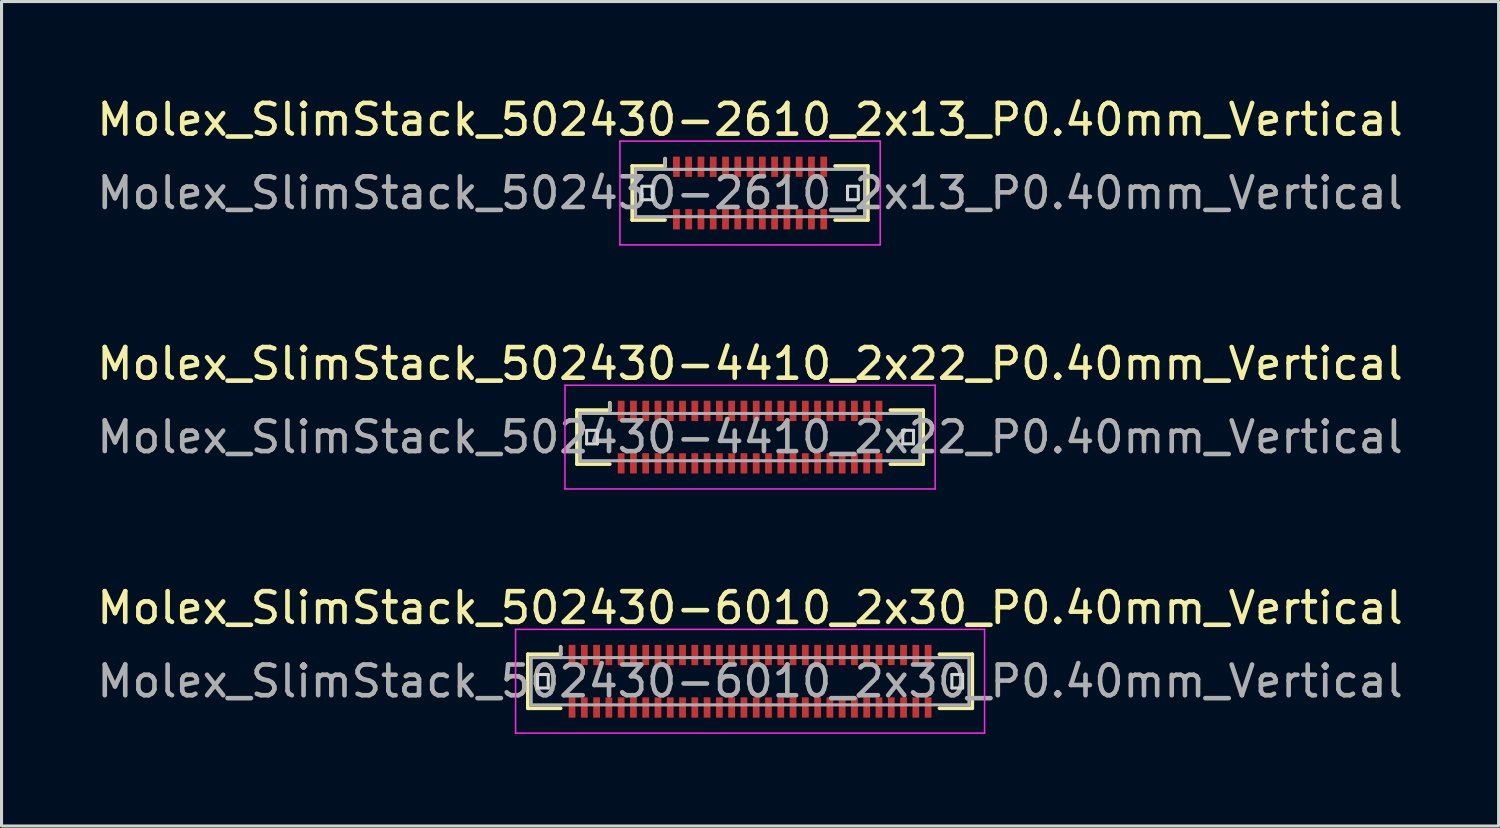
<source format=kicad_pcb>
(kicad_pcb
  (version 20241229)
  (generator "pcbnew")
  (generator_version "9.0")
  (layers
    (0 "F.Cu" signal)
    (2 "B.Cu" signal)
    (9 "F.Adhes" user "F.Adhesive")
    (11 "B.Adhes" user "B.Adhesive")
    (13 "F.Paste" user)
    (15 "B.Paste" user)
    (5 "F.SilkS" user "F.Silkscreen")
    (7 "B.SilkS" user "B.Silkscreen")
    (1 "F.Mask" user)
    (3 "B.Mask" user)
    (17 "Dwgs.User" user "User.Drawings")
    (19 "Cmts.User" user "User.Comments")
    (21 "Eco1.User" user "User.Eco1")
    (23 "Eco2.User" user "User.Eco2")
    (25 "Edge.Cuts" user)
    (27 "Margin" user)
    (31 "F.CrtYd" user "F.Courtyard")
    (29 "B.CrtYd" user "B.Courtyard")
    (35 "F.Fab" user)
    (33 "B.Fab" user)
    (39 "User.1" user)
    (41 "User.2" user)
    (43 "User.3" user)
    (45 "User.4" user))
  (footprint "Molex_SlimStack_502430-6010_2x30_P0.40mm_Vertical"
    (layer "F.Cu")
    (at 21.387 19.145)
    (property "Reference" "Molex_SlimStack_502430-6010_2x30_P0.40mm_Vertical" (at 0 -2.39 0) (layer "F.SilkS") (effects (font (size 1 1) (thickness 0.15))))
    (attr smd)
    (fp_line (start -7.24 -0.88) (end -6.17 -0.88) (stroke (width 0.12) (type solid)) (layer "F.SilkS"))
    (fp_line (start -7.24 0.88) (end -7.24 -0.88) (stroke (width 0.12) (type solid)) (layer "F.SilkS"))
    (fp_line (start -6.17 -0.88) (end -6.17 -1.12) (stroke (width 0.12) (type solid)) (layer "F.SilkS"))
    (fp_line (start -6.17 0.88) (end -7.24 0.88) (stroke (width 0.12) (type solid)) (layer "F.SilkS"))
    (fp_line (start 6.17 0.88) (end 7.24 0.88) (stroke (width 0.12) (type solid)) (layer "F.SilkS"))
    (fp_line (start 7.24 -0.88) (end 6.17 -0.88) (stroke (width 0.12) (type solid)) (layer "F.SilkS"))
    (fp_line (start 7.24 0.88) (end 7.24 -0.88) (stroke (width 0.12) (type solid)) (layer "F.SilkS"))
    (fp_line (start -6.925 -0.22) (end -6.925 0.22) (stroke (width 0.1) (type solid)) (layer "Edge.Cuts"))
    (fp_line (start -6.925 0.22) (end -6.575 0.22) (stroke (width 0.1) (type solid)) (layer "Edge.Cuts"))
    (fp_line (start -6.575 -0.22) (end -6.925 -0.22) (stroke (width 0.1) (type solid)) (layer "Edge.Cuts"))
    (fp_line (start -6.575 0.22) (end -6.575 -0.22) (stroke (width 0.1) (type solid)) (layer "Edge.Cuts"))
    (fp_line (start 6.575 -0.22) (end 6.575 0.22) (stroke (width 0.1) (type solid)) (layer "Edge.Cuts"))
    (fp_line (start 6.575 0.22) (end 6.925 0.22) (stroke (width 0.1) (type solid)) (layer "Edge.Cuts"))
    (fp_line (start 6.925 -0.22) (end 6.575 -0.22) (stroke (width 0.1) (type solid)) (layer "Edge.Cuts"))
    (fp_line (start 6.925 0.22) (end 6.925 -0.22) (stroke (width 0.1) (type solid)) (layer "Edge.Cuts"))
    (fp_line (start -7.64 -1.69) (end -7.64 1.69) (stroke (width 0.05) (type solid)) (layer "F.CrtYd"))
    (fp_line (start -7.64 1.69) (end 7.64 1.69) (stroke (width 0.05) (type solid)) (layer "F.CrtYd"))
    (fp_line (start 7.64 -1.69) (end -7.64 -1.69) (stroke (width 0.05) (type solid)) (layer "F.CrtYd"))
    (fp_line (start 7.64 1.69) (end 7.64 -1.69) (stroke (width 0.05) (type solid)) (layer "F.CrtYd"))
    (fp_line (start -7.13 -0.77) (end -7.13 0.77) (stroke (width 0.1) (type solid)) (layer "F.Fab"))
    (fp_line (start -7.13 0.77) (end 7.13 0.77) (stroke (width 0.1) (type solid)) (layer "F.Fab"))
    (fp_line (start -6.17 -0.77) (end -6.17 -1.12) (stroke (width 0.1) (type solid)) (layer "F.Fab"))
    (fp_line (start 7.13 -0.77) (end -7.13 -0.77) (stroke (width 0.1) (type solid)) (layer "F.Fab"))
    (fp_line (start 7.13 0.77) (end 7.13 -0.77) (stroke (width 0.1) (type solid)) (layer "F.Fab"))
    (fp_text user "${REFERENCE}" (at 0 0 0) (layer "F.Fab") (effects (font (size 1 1) (thickness 0.15))))
    (pad "1" smd rect (at -5.8 -0.855) (size 0.22 0.66) (layers "F.Cu" "F.Mask" "F.Paste"))
    (pad "2" smd rect (at -5.8 0.855) (size 0.22 0.66) (layers "F.Cu" "F.Mask" "F.Paste"))
    (pad "3" smd rect (at -5.4 -0.855) (size 0.22 0.66) (layers "F.Cu" "F.Mask" "F.Paste"))
    (pad "4" smd rect (at -5.4 0.855) (size 0.22 0.66) (layers "F.Cu" "F.Mask" "F.Paste"))
    (pad "5" smd rect (at -5 -0.855) (size 0.22 0.66) (layers "F.Cu" "F.Mask" "F.Paste"))
    (pad "6" smd rect (at -5 0.855) (size 0.22 0.66) (layers "F.Cu" "F.Mask" "F.Paste"))
    (pad "7" smd rect (at -4.6 -0.855) (size 0.22 0.66) (layers "F.Cu" "F.Mask" "F.Paste"))
    (pad "8" smd rect (at -4.6 0.855) (size 0.22 0.66) (layers "F.Cu" "F.Mask" "F.Paste"))
    (pad "9" smd rect (at -4.2 -0.855) (size 0.22 0.66) (layers "F.Cu" "F.Mask" "F.Paste"))
    (pad "10" smd rect (at -4.2 0.855) (size 0.22 0.66) (layers "F.Cu" "F.Mask" "F.Paste"))
    (pad "11" smd rect (at -3.8 -0.855) (size 0.22 0.66) (layers "F.Cu" "F.Mask" "F.Paste"))
    (pad "12" smd rect (at -3.8 0.855) (size 0.22 0.66) (layers "F.Cu" "F.Mask" "F.Paste"))
    (pad "13" smd rect (at -3.4 -0.855) (size 0.22 0.66) (layers "F.Cu" "F.Mask" "F.Paste"))
    (pad "14" smd rect (at -3.4 0.855) (size 0.22 0.66) (layers "F.Cu" "F.Mask" "F.Paste"))
    (pad "15" smd rect (at -3 -0.855) (size 0.22 0.66) (layers "F.Cu" "F.Mask" "F.Paste"))
    (pad "16" smd rect (at -3 0.855) (size 0.22 0.66) (layers "F.Cu" "F.Mask" "F.Paste"))
    (pad "17" smd rect (at -2.6 -0.855) (size 0.22 0.66) (layers "F.Cu" "F.Mask" "F.Paste"))
    (pad "18" smd rect (at -2.6 0.855) (size 0.22 0.66) (layers "F.Cu" "F.Mask" "F.Paste"))
    (pad "19" smd rect (at -2.2 -0.855) (size 0.22 0.66) (layers "F.Cu" "F.Mask" "F.Paste"))
    (pad "20" smd rect (at -2.2 0.855) (size 0.22 0.66) (layers "F.Cu" "F.Mask" "F.Paste"))
    (pad "21" smd rect (at -1.8 -0.855) (size 0.22 0.66) (layers "F.Cu" "F.Mask" "F.Paste"))
    (pad "22" smd rect (at -1.8 0.855) (size 0.22 0.66) (layers "F.Cu" "F.Mask" "F.Paste"))
    (pad "23" smd rect (at -1.4 -0.855) (size 0.22 0.66) (layers "F.Cu" "F.Mask" "F.Paste"))
    (pad "24" smd rect (at -1.4 0.855) (size 0.22 0.66) (layers "F.Cu" "F.Mask" "F.Paste"))
    (pad "25" smd rect (at -1 -0.855) (size 0.22 0.66) (layers "F.Cu" "F.Mask" "F.Paste"))
    (pad "26" smd rect (at -1 0.855) (size 0.22 0.66) (layers "F.Cu" "F.Mask" "F.Paste"))
    (pad "27" smd rect (at -0.6 -0.855) (size 0.22 0.66) (layers "F.Cu" "F.Mask" "F.Paste"))
    (pad "28" smd rect (at -0.6 0.855) (size 0.22 0.66) (layers "F.Cu" "F.Mask" "F.Paste"))
    (pad "29" smd rect (at -0.2 -0.855) (size 0.22 0.66) (layers "F.Cu" "F.Mask" "F.Paste"))
    (pad "30" smd rect (at -0.2 0.855) (size 0.22 0.66) (layers "F.Cu" "F.Mask" "F.Paste"))
    (pad "31" smd rect (at 0.2 -0.855) (size 0.22 0.66) (layers "F.Cu" "F.Mask" "F.Paste"))
    (pad "32" smd rect (at 0.2 0.855) (size 0.22 0.66) (layers "F.Cu" "F.Mask" "F.Paste"))
    (pad "33" smd rect (at 0.6 -0.855) (size 0.22 0.66) (layers "F.Cu" "F.Mask" "F.Paste"))
    (pad "34" smd rect (at 0.6 0.855) (size 0.22 0.66) (layers "F.Cu" "F.Mask" "F.Paste"))
    (pad "35" smd rect (at 1 -0.855) (size 0.22 0.66) (layers "F.Cu" "F.Mask" "F.Paste"))
    (pad "36" smd rect (at 1 0.855) (size 0.22 0.66) (layers "F.Cu" "F.Mask" "F.Paste"))
    (pad "37" smd rect (at 1.4 -0.855) (size 0.22 0.66) (layers "F.Cu" "F.Mask" "F.Paste"))
    (pad "38" smd rect (at 1.4 0.855) (size 0.22 0.66) (layers "F.Cu" "F.Mask" "F.Paste"))
    (pad "39" smd rect (at 1.8 -0.855) (size 0.22 0.66) (layers "F.Cu" "F.Mask" "F.Paste"))
    (pad "40" smd rect (at 1.8 0.855) (size 0.22 0.66) (layers "F.Cu" "F.Mask" "F.Paste"))
    (pad "41" smd rect (at 2.2 -0.855) (size 0.22 0.66) (layers "F.Cu" "F.Mask" "F.Paste"))
    (pad "42" smd rect (at 2.2 0.855) (size 0.22 0.66) (layers "F.Cu" "F.Mask" "F.Paste"))
    (pad "43" smd rect (at 2.6 -0.855) (size 0.22 0.66) (layers "F.Cu" "F.Mask" "F.Paste"))
    (pad "44" smd rect (at 2.6 0.855) (size 0.22 0.66) (layers "F.Cu" "F.Mask" "F.Paste"))
    (pad "45" smd rect (at 3 -0.855) (size 0.22 0.66) (layers "F.Cu" "F.Mask" "F.Paste"))
    (pad "46" smd rect (at 3 0.855) (size 0.22 0.66) (layers "F.Cu" "F.Mask" "F.Paste"))
    (pad "47" smd rect (at 3.4 -0.855) (size 0.22 0.66) (layers "F.Cu" "F.Mask" "F.Paste"))
    (pad "48" smd rect (at 3.4 0.855) (size 0.22 0.66) (layers "F.Cu" "F.Mask" "F.Paste"))
    (pad "49" smd rect (at 3.8 -0.855) (size 0.22 0.66) (layers "F.Cu" "F.Mask" "F.Paste"))
    (pad "50" smd rect (at 3.8 0.855) (size 0.22 0.66) (layers "F.Cu" "F.Mask" "F.Paste"))
    (pad "51" smd rect (at 4.2 -0.855) (size 0.22 0.66) (layers "F.Cu" "F.Mask" "F.Paste"))
    (pad "52" smd rect (at 4.2 0.855) (size 0.22 0.66) (layers "F.Cu" "F.Mask" "F.Paste"))
    (pad "53" smd rect (at 4.6 -0.855) (size 0.22 0.66) (layers "F.Cu" "F.Mask" "F.Paste"))
    (pad "54" smd rect (at 4.6 0.855) (size 0.22 0.66) (layers "F.Cu" "F.Mask" "F.Paste"))
    (pad "55" smd rect (at 5 -0.855) (size 0.22 0.66) (layers "F.Cu" "F.Mask" "F.Paste"))
    (pad "56" smd rect (at 5 0.855) (size 0.22 0.66) (layers "F.Cu" "F.Mask" "F.Paste"))
    (pad "57" smd rect (at 5.4 -0.855) (size 0.22 0.66) (layers "F.Cu" "F.Mask" "F.Paste"))
    (pad "58" smd rect (at 5.4 0.855) (size 0.22 0.66) (layers "F.Cu" "F.Mask" "F.Paste"))
    (pad "59" smd rect (at 5.8 -0.855) (size 0.22 0.66) (layers "F.Cu" "F.Mask" "F.Paste"))
    (pad "60" smd rect (at 5.8 0.855) (size 0.22 0.66) (layers "F.Cu" "F.Mask" "F.Paste")))
  (footprint "Molex_SlimStack_502430-4410_2x22_P0.40mm_Vertical"
    (layer "F.Cu")
    (at 21.387 11.191)
    (property "Reference" "Molex_SlimStack_502430-4410_2x22_P0.40mm_Vertical" (at 0 -2.39 0) (layer "F.SilkS") (effects (font (size 1 1) (thickness 0.15))))
    (attr smd)
    (fp_line (start -5.64 -0.88) (end -4.57 -0.88) (stroke (width 0.12) (type solid)) (layer "F.SilkS"))
    (fp_line (start -5.64 0.88) (end -5.64 -0.88) (stroke (width 0.12) (type solid)) (layer "F.SilkS"))
    (fp_line (start -4.57 -0.88) (end -4.57 -1.12) (stroke (width 0.12) (type solid)) (layer "F.SilkS"))
    (fp_line (start -4.57 0.88) (end -5.64 0.88) (stroke (width 0.12) (type solid)) (layer "F.SilkS"))
    (fp_line (start 4.57 0.88) (end 5.64 0.88) (stroke (width 0.12) (type solid)) (layer "F.SilkS"))
    (fp_line (start 5.64 -0.88) (end 4.57 -0.88) (stroke (width 0.12) (type solid)) (layer "F.SilkS"))
    (fp_line (start 5.64 0.88) (end 5.64 -0.88) (stroke (width 0.12) (type solid)) (layer "F.SilkS"))
    (fp_line (start -5.325 -0.22) (end -5.325 0.22) (stroke (width 0.1) (type solid)) (layer "Edge.Cuts"))
    (fp_line (start -5.325 0.22) (end -4.975 0.22) (stroke (width 0.1) (type solid)) (layer "Edge.Cuts"))
    (fp_line (start -4.975 -0.22) (end -5.325 -0.22) (stroke (width 0.1) (type solid)) (layer "Edge.Cuts"))
    (fp_line (start -4.975 0.22) (end -4.975 -0.22) (stroke (width 0.1) (type solid)) (layer "Edge.Cuts"))
    (fp_line (start 4.975 -0.22) (end 4.975 0.22) (stroke (width 0.1) (type solid)) (layer "Edge.Cuts"))
    (fp_line (start 4.975 0.22) (end 5.325 0.22) (stroke (width 0.1) (type solid)) (layer "Edge.Cuts"))
    (fp_line (start 5.325 -0.22) (end 4.975 -0.22) (stroke (width 0.1) (type solid)) (layer "Edge.Cuts"))
    (fp_line (start 5.325 0.22) (end 5.325 -0.22) (stroke (width 0.1) (type solid)) (layer "Edge.Cuts"))
    (fp_line (start -6.03 -1.69) (end -6.03 1.69) (stroke (width 0.05) (type solid)) (layer "F.CrtYd"))
    (fp_line (start -6.03 1.69) (end 6.03 1.69) (stroke (width 0.05) (type solid)) (layer "F.CrtYd"))
    (fp_line (start 6.03 -1.69) (end -6.03 -1.69) (stroke (width 0.05) (type solid)) (layer "F.CrtYd"))
    (fp_line (start 6.03 1.69) (end 6.03 -1.69) (stroke (width 0.05) (type solid)) (layer "F.CrtYd"))
    (fp_line (start -5.53 -0.77) (end -5.53 0.77) (stroke (width 0.1) (type solid)) (layer "F.Fab"))
    (fp_line (start -5.53 0.77) (end 5.53 0.77) (stroke (width 0.1) (type solid)) (layer "F.Fab"))
    (fp_line (start -4.57 -0.77) (end -4.57 -1.12) (stroke (width 0.1) (type solid)) (layer "F.Fab"))
    (fp_line (start 5.53 -0.77) (end -5.53 -0.77) (stroke (width 0.1) (type solid)) (layer "F.Fab"))
    (fp_line (start 5.53 0.77) (end 5.53 -0.77) (stroke (width 0.1) (type solid)) (layer "F.Fab"))
    (fp_text user "${REFERENCE}" (at 0 0 0) (layer "F.Fab") (effects (font (size 1 1) (thickness 0.15))))
    (pad "1" smd rect (at -4.2 -0.855) (size 0.22 0.66) (layers "F.Cu" "F.Mask" "F.Paste"))
    (pad "2" smd rect (at -4.2 0.855) (size 0.22 0.66) (layers "F.Cu" "F.Mask" "F.Paste"))
    (pad "3" smd rect (at -3.8 -0.855) (size 0.22 0.66) (layers "F.Cu" "F.Mask" "F.Paste"))
    (pad "4" smd rect (at -3.8 0.855) (size 0.22 0.66) (layers "F.Cu" "F.Mask" "F.Paste"))
    (pad "5" smd rect (at -3.4 -0.855) (size 0.22 0.66) (layers "F.Cu" "F.Mask" "F.Paste"))
    (pad "6" smd rect (at -3.4 0.855) (size 0.22 0.66) (layers "F.Cu" "F.Mask" "F.Paste"))
    (pad "7" smd rect (at -3 -0.855) (size 0.22 0.66) (layers "F.Cu" "F.Mask" "F.Paste"))
    (pad "8" smd rect (at -3 0.855) (size 0.22 0.66) (layers "F.Cu" "F.Mask" "F.Paste"))
    (pad "9" smd rect (at -2.6 -0.855) (size 0.22 0.66) (layers "F.Cu" "F.Mask" "F.Paste"))
    (pad "10" smd rect (at -2.6 0.855) (size 0.22 0.66) (layers "F.Cu" "F.Mask" "F.Paste"))
    (pad "11" smd rect (at -2.2 -0.855) (size 0.22 0.66) (layers "F.Cu" "F.Mask" "F.Paste"))
    (pad "12" smd rect (at -2.2 0.855) (size 0.22 0.66) (layers "F.Cu" "F.Mask" "F.Paste"))
    (pad "13" smd rect (at -1.8 -0.855) (size 0.22 0.66) (layers "F.Cu" "F.Mask" "F.Paste"))
    (pad "14" smd rect (at -1.8 0.855) (size 0.22 0.66) (layers "F.Cu" "F.Mask" "F.Paste"))
    (pad "15" smd rect (at -1.4 -0.855) (size 0.22 0.66) (layers "F.Cu" "F.Mask" "F.Paste"))
    (pad "16" smd rect (at -1.4 0.855) (size 0.22 0.66) (layers "F.Cu" "F.Mask" "F.Paste"))
    (pad "17" smd rect (at -1 -0.855) (size 0.22 0.66) (layers "F.Cu" "F.Mask" "F.Paste"))
    (pad "18" smd rect (at -1 0.855) (size 0.22 0.66) (layers "F.Cu" "F.Mask" "F.Paste"))
    (pad "19" smd rect (at -0.6 -0.855) (size 0.22 0.66) (layers "F.Cu" "F.Mask" "F.Paste"))
    (pad "20" smd rect (at -0.6 0.855) (size 0.22 0.66) (layers "F.Cu" "F.Mask" "F.Paste"))
    (pad "21" smd rect (at -0.2 -0.855) (size 0.22 0.66) (layers "F.Cu" "F.Mask" "F.Paste"))
    (pad "22" smd rect (at -0.2 0.855) (size 0.22 0.66) (layers "F.Cu" "F.Mask" "F.Paste"))
    (pad "23" smd rect (at 0.2 -0.855) (size 0.22 0.66) (layers "F.Cu" "F.Mask" "F.Paste"))
    (pad "24" smd rect (at 0.2 0.855) (size 0.22 0.66) (layers "F.Cu" "F.Mask" "F.Paste"))
    (pad "25" smd rect (at 0.6 -0.855) (size 0.22 0.66) (layers "F.Cu" "F.Mask" "F.Paste"))
    (pad "26" smd rect (at 0.6 0.855) (size 0.22 0.66) (layers "F.Cu" "F.Mask" "F.Paste"))
    (pad "27" smd rect (at 1 -0.855) (size 0.22 0.66) (layers "F.Cu" "F.Mask" "F.Paste"))
    (pad "28" smd rect (at 1 0.855) (size 0.22 0.66) (layers "F.Cu" "F.Mask" "F.Paste"))
    (pad "29" smd rect (at 1.4 -0.855) (size 0.22 0.66) (layers "F.Cu" "F.Mask" "F.Paste"))
    (pad "30" smd rect (at 1.4 0.855) (size 0.22 0.66) (layers "F.Cu" "F.Mask" "F.Paste"))
    (pad "31" smd rect (at 1.8 -0.855) (size 0.22 0.66) (layers "F.Cu" "F.Mask" "F.Paste"))
    (pad "32" smd rect (at 1.8 0.855) (size 0.22 0.66) (layers "F.Cu" "F.Mask" "F.Paste"))
    (pad "33" smd rect (at 2.2 -0.855) (size 0.22 0.66) (layers "F.Cu" "F.Mask" "F.Paste"))
    (pad "34" smd rect (at 2.2 0.855) (size 0.22 0.66) (layers "F.Cu" "F.Mask" "F.Paste"))
    (pad "35" smd rect (at 2.6 -0.855) (size 0.22 0.66) (layers "F.Cu" "F.Mask" "F.Paste"))
    (pad "36" smd rect (at 2.6 0.855) (size 0.22 0.66) (layers "F.Cu" "F.Mask" "F.Paste"))
    (pad "37" smd rect (at 3 -0.855) (size 0.22 0.66) (layers "F.Cu" "F.Mask" "F.Paste"))
    (pad "38" smd rect (at 3 0.855) (size 0.22 0.66) (layers "F.Cu" "F.Mask" "F.Paste"))
    (pad "39" smd rect (at 3.4 -0.855) (size 0.22 0.66) (layers "F.Cu" "F.Mask" "F.Paste"))
    (pad "40" smd rect (at 3.4 0.855) (size 0.22 0.66) (layers "F.Cu" "F.Mask" "F.Paste"))
    (pad "41" smd rect (at 3.8 -0.855) (size 0.22 0.66) (layers "F.Cu" "F.Mask" "F.Paste"))
    (pad "42" smd rect (at 3.8 0.855) (size 0.22 0.66) (layers "F.Cu" "F.Mask" "F.Paste"))
    (pad "43" smd rect (at 4.2 -0.855) (size 0.22 0.66) (layers "F.Cu" "F.Mask" "F.Paste"))
    (pad "44" smd rect (at 4.2 0.855) (size 0.22 0.66) (layers "F.Cu" "F.Mask" "F.Paste")))
  (footprint "Molex_SlimStack_502430-2610_2x13_P0.40mm_Vertical"
    (layer "F.Cu")
    (at 21.387 3.238)
    (property "Reference" "Molex_SlimStack_502430-2610_2x13_P0.40mm_Vertical" (at 0 -2.39 0) (layer "F.SilkS") (effects (font (size 1 1) (thickness 0.15))))
    (attr smd)
    (fp_line (start -3.84 -0.88) (end -2.77 -0.88) (stroke (width 0.12) (type solid)) (layer "F.SilkS"))
    (fp_line (start -3.84 0.88) (end -3.84 -0.88) (stroke (width 0.12) (type solid)) (layer "F.SilkS"))
    (fp_line (start -2.77 -0.88) (end -2.77 -1.12) (stroke (width 0.12) (type solid)) (layer "F.SilkS"))
    (fp_line (start -2.77 0.88) (end -3.84 0.88) (stroke (width 0.12) (type solid)) (layer "F.SilkS"))
    (fp_line (start 2.77 0.88) (end 3.84 0.88) (stroke (width 0.12) (type solid)) (layer "F.SilkS"))
    (fp_line (start 3.84 -0.88) (end 2.77 -0.88) (stroke (width 0.12) (type solid)) (layer "F.SilkS"))
    (fp_line (start 3.84 0.88) (end 3.84 -0.88) (stroke (width 0.12) (type solid)) (layer "F.SilkS"))
    (fp_line (start -3.525 -0.22) (end -3.525 0.22) (stroke (width 0.1) (type solid)) (layer "Edge.Cuts"))
    (fp_line (start -3.525 0.22) (end -3.175 0.22) (stroke (width 0.1) (type solid)) (layer "Edge.Cuts"))
    (fp_line (start -3.175 -0.22) (end -3.525 -0.22) (stroke (width 0.1) (type solid)) (layer "Edge.Cuts"))
    (fp_line (start -3.175 0.22) (end -3.175 -0.22) (stroke (width 0.1) (type solid)) (layer "Edge.Cuts"))
    (fp_line (start 3.175 -0.22) (end 3.175 0.22) (stroke (width 0.1) (type solid)) (layer "Edge.Cuts"))
    (fp_line (start 3.175 0.22) (end 3.525 0.22) (stroke (width 0.1) (type solid)) (layer "Edge.Cuts"))
    (fp_line (start 3.525 -0.22) (end 3.175 -0.22) (stroke (width 0.1) (type solid)) (layer "Edge.Cuts"))
    (fp_line (start 3.525 0.22) (end 3.525 -0.22) (stroke (width 0.1) (type solid)) (layer "Edge.Cuts"))
    (fp_line (start -4.24 -1.69) (end -4.24 1.69) (stroke (width 0.05) (type solid)) (layer "F.CrtYd"))
    (fp_line (start -4.24 1.69) (end 4.24 1.69) (stroke (width 0.05) (type solid)) (layer "F.CrtYd"))
    (fp_line (start 4.24 -1.69) (end -4.24 -1.69) (stroke (width 0.05) (type solid)) (layer "F.CrtYd"))
    (fp_line (start 4.24 1.69) (end 4.24 -1.69) (stroke (width 0.05) (type solid)) (layer "F.CrtYd"))
    (fp_line (start -3.73 -0.77) (end -3.73 0.77) (stroke (width 0.1) (type solid)) (layer "F.Fab"))
    (fp_line (start -3.73 0.77) (end 3.73 0.77) (stroke (width 0.1) (type solid)) (layer "F.Fab"))
    (fp_line (start -2.77 -0.77) (end -2.77 -1.12) (stroke (width 0.1) (type solid)) (layer "F.Fab"))
    (fp_line (start 3.73 -0.77) (end -3.73 -0.77) (stroke (width 0.1) (type solid)) (layer "F.Fab"))
    (fp_line (start 3.73 0.77) (end 3.73 -0.77) (stroke (width 0.1) (type solid)) (layer "F.Fab"))
    (fp_text user "${REFERENCE}" (at 0 0 0) (layer "F.Fab") (effects (font (size 1 1) (thickness 0.15))))
    (pad "1" smd rect (at -2.4 -0.855) (size 0.22 0.66) (layers "F.Cu" "F.Mask" "F.Paste"))
    (pad "2" smd rect (at -2.4 0.855) (size 0.22 0.66) (layers "F.Cu" "F.Mask" "F.Paste"))
    (pad "3" smd rect (at -2 -0.855) (size 0.22 0.66) (layers "F.Cu" "F.Mask" "F.Paste"))
    (pad "4" smd rect (at -2 0.855) (size 0.22 0.66) (layers "F.Cu" "F.Mask" "F.Paste"))
    (pad "5" smd rect (at -1.6 -0.855) (size 0.22 0.66) (layers "F.Cu" "F.Mask" "F.Paste"))
    (pad "6" smd rect (at -1.6 0.855) (size 0.22 0.66) (layers "F.Cu" "F.Mask" "F.Paste"))
    (pad "7" smd rect (at -1.2 -0.855) (size 0.22 0.66) (layers "F.Cu" "F.Mask" "F.Paste"))
    (pad "8" smd rect (at -1.2 0.855) (size 0.22 0.66) (layers "F.Cu" "F.Mask" "F.Paste"))
    (pad "9" smd rect (at -0.8 -0.855) (size 0.22 0.66) (layers "F.Cu" "F.Mask" "F.Paste"))
    (pad "10" smd rect (at -0.8 0.855) (size 0.22 0.66) (layers "F.Cu" "F.Mask" "F.Paste"))
    (pad "11" smd rect (at -0.4 -0.855) (size 0.22 0.66) (layers "F.Cu" "F.Mask" "F.Paste"))
    (pad "12" smd rect (at -0.4 0.855) (size 0.22 0.66) (layers "F.Cu" "F.Mask" "F.Paste"))
    (pad "13" smd rect (at 0 -0.855) (size 0.22 0.66) (layers "F.Cu" "F.Mask" "F.Paste"))
    (pad "14" smd rect (at 0 0.855) (size 0.22 0.66) (layers "F.Cu" "F.Mask" "F.Paste"))
    (pad "15" smd rect (at 0.4 -0.855) (size 0.22 0.66) (layers "F.Cu" "F.Mask" "F.Paste"))
    (pad "16" smd rect (at 0.4 0.855) (size 0.22 0.66) (layers "F.Cu" "F.Mask" "F.Paste"))
    (pad "17" smd rect (at 0.8 -0.855) (size 0.22 0.66) (layers "F.Cu" "F.Mask" "F.Paste"))
    (pad "18" smd rect (at 0.8 0.855) (size 0.22 0.66) (layers "F.Cu" "F.Mask" "F.Paste"))
    (pad "19" smd rect (at 1.2 -0.855) (size 0.22 0.66) (layers "F.Cu" "F.Mask" "F.Paste"))
    (pad "20" smd rect (at 1.2 0.855) (size 0.22 0.66) (layers "F.Cu" "F.Mask" "F.Paste"))
    (pad "21" smd rect (at 1.6 -0.855) (size 0.22 0.66) (layers "F.Cu" "F.Mask" "F.Paste"))
    (pad "22" smd rect (at 1.6 0.855) (size 0.22 0.66) (layers "F.Cu" "F.Mask" "F.Paste"))
    (pad "23" smd rect (at 2 -0.855) (size 0.22 0.66) (layers "F.Cu" "F.Mask" "F.Paste"))
    (pad "24" smd rect (at 2 0.855) (size 0.22 0.66) (layers "F.Cu" "F.Mask" "F.Paste"))
    (pad "25" smd rect (at 2.4 -0.855) (size 0.22 0.66) (layers "F.Cu" "F.Mask" "F.Paste"))
    (pad "26" smd rect (at 2.4 0.855) (size 0.22 0.66) (layers "F.Cu" "F.Mask" "F.Paste")))
  (gr_rect
    (start -3 -3)
    (end 45.774 23.86)
    (stroke (width 0.1) (type default))
    (fill no)
    (layer "Edge.Cuts")))
</source>
